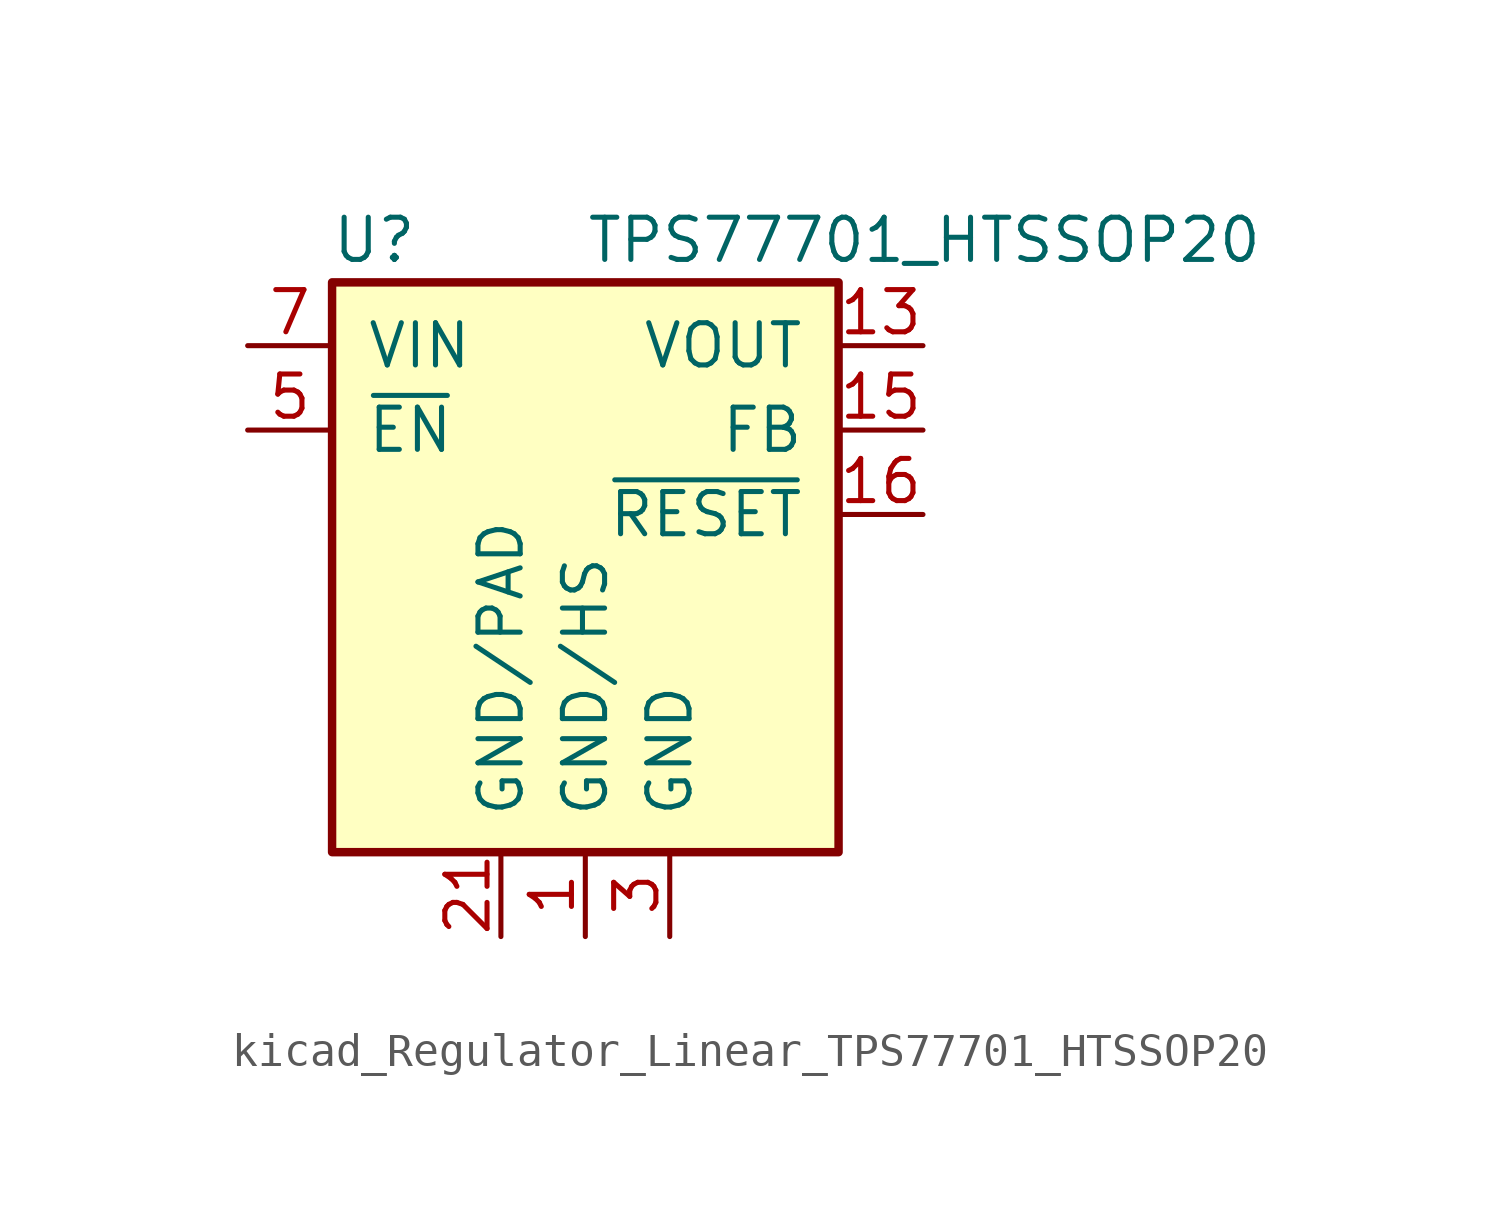
<source format=kicad_sym>
(kicad_symbol_lib
  (version 20220914)
  (generator kicad_symbol_editor)
  (symbol "kicad_Regulator_Linear_TPS77701_HTSSOP20"
    (pin_names
      (offset 1.016))
    (property "Reference" "U"
      (at -6.35 5.715 0)
      (effects (font (size 1.27 1.27))))
    (property "Value" "TPS77701_HTSSOP20"
      (at 0 5.715 0)
      (effects (font (size 1.27 1.27)) (justify left)))
    (symbol "kicad_Regulator_Linear_TPS77701_HTSSOP20_0_1"
      (rectangle (start -7.62 4.445) (end 7.62 -12.7) (stroke (width 0.254) (type default)) (fill (type background))))
    (symbol "kicad_Regulator_Linear_TPS77701_HTSSOP20_1_1"
      (pin power_in line (at 0 -15.24 90) (length 2.54) (name "GND/HS" (effects (font (size 1.27 1.27)))) (number "1" (effects (font (size 1.27 1.27)))))
      (pin passive line (at 0 -15.24 90) (length 2.54) hide (name "GND/HS" (effects (font (size 1.27 1.27)))) (number "10" (effects (font (size 1.27 1.27)))))
      (pin passive line (at 0 -15.24 90) (length 2.54) hide (name "GND/HS" (effects (font (size 1.27 1.27)))) (number "11" (effects (font (size 1.27 1.27)))))
      (pin passive line (at 0 -15.24 90) (length 2.54) hide (name "GND/HS" (effects (font (size 1.27 1.27)))) (number "12" (effects (font (size 1.27 1.27)))))
      (pin power_out line (at 10.16 2.54 180) (length 2.54) (name "VOUT" (effects (font (size 1.27 1.27)))) (number "13" (effects (font (size 1.27 1.27)))))
      (pin passive line (at 10.16 2.54 180) (length 2.54) hide (name "VOUT" (effects (font (size 1.27 1.27)))) (number "14" (effects (font (size 1.27 1.27)))))
      (pin passive line (at 10.16 0 180) (length 2.54) (name "FB" (effects (font (size 1.27 1.27)))) (number "15" (effects (font (size 1.27 1.27)))))
      (pin open_collector line (at 10.16 -2.54 180) (length 2.54) (name "~{RESET}" (effects (font (size 1.27 1.27)))) (number "16" (effects (font (size 1.27 1.27)))))
      (pin no_connect line (at 7.62 -5.08 180) (length 2.54) hide (name "NC" (effects (font (size 1.27 1.27)))) (number "17" (effects (font (size 1.27 1.27)))))
      (pin no_connect line (at 7.62 -7.62 180) (length 2.54) hide (name "NC" (effects (font (size 1.27 1.27)))) (number "18" (effects (font (size 1.27 1.27)))))
      (pin passive line (at 0 -15.24 90) (length 2.54) hide (name "GND/HS" (effects (font (size 1.27 1.27)))) (number "19" (effects (font (size 1.27 1.27)))))
      (pin passive line (at 0 -15.24 90) (length 2.54) hide (name "GND/HS" (effects (font (size 1.27 1.27)))) (number "2" (effects (font (size 1.27 1.27)))))
      (pin passive line (at 0 -15.24 90) (length 2.54) hide (name "GND/HS" (effects (font (size 1.27 1.27)))) (number "20" (effects (font (size 1.27 1.27)))))
      (pin power_in line (at -2.54 -15.24 90) (length 2.54) (name "GND/PAD" (effects (font (size 1.27 1.27)))) (number "21" (effects (font (size 1.27 1.27)))))
      (pin power_in line (at 2.54 -15.24 90) (length 2.54) (name "GND" (effects (font (size 1.27 1.27)))) (number "3" (effects (font (size 1.27 1.27)))))
      (pin no_connect line (at -7.62 -2.54 0) (length 2.54) hide (name "NC" (effects (font (size 1.27 1.27)))) (number "4" (effects (font (size 1.27 1.27)))))
      (pin input line (at -10.16 0 0) (length 2.54) (name "~{EN}" (effects (font (size 1.27 1.27)))) (number "5" (effects (font (size 1.27 1.27)))))
      (pin passive line (at -10.16 2.54 0) (length 2.54) hide (name "VIN" (effects (font (size 1.27 1.27)))) (number "6" (effects (font (size 1.27 1.27)))))
      (pin power_in line (at -10.16 2.54 0) (length 2.54) (name "VIN" (effects (font (size 1.27 1.27)))) (number "7" (effects (font (size 1.27 1.27)))))
      (pin no_connect line (at -7.62 -5.08 0) (length 2.54) hide (name "NC" (effects (font (size 1.27 1.27)))) (number "8" (effects (font (size 1.27 1.27)))))
      (pin passive line (at 0 -15.24 90) (length 2.54) hide (name "GND/HS" (effects (font (size 1.27 1.27)))) (number "9" (effects (font (size 1.27 1.27))))))))
</source>
